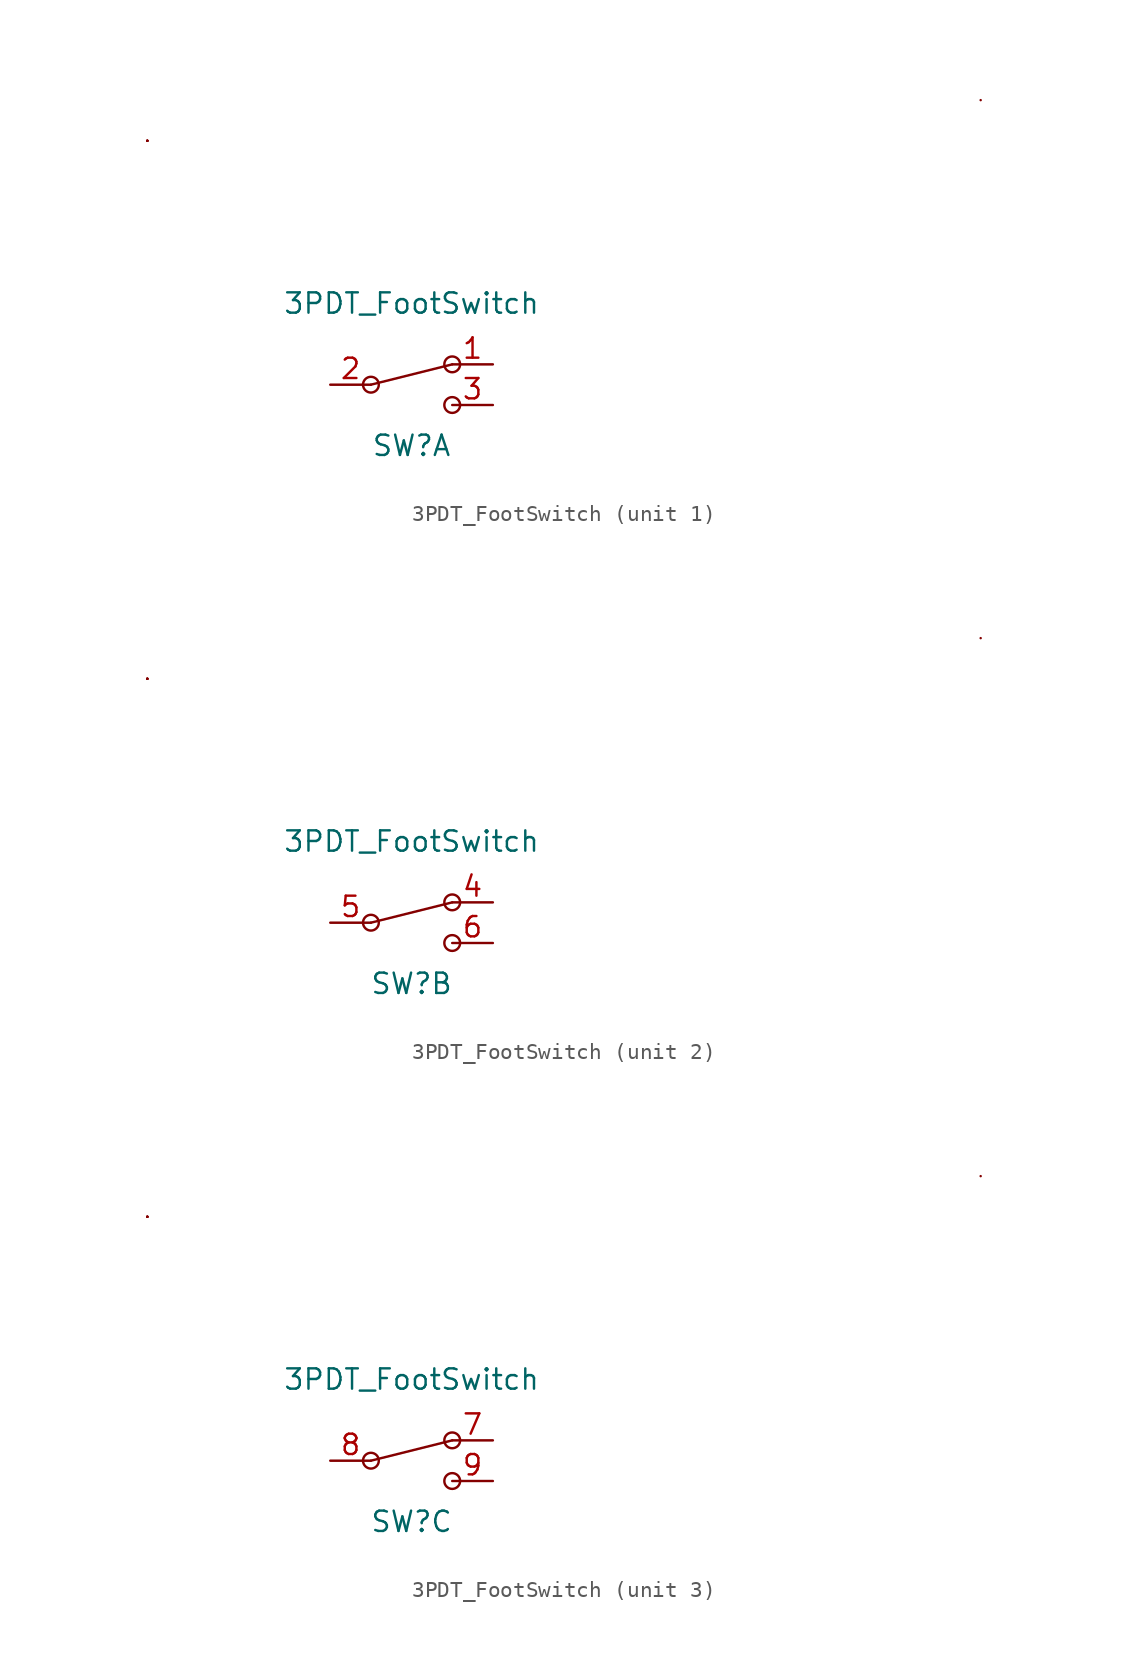
<source format=kicad_sym>
(kicad_symbol_lib
  (version 20211014)
  (generator kicad_symbol_editor)
  (symbol "3PDT_FootSwitch"
    (property "Reference" "SW"
      (at 0 -3.81 0)
      (effects (font (size 1.27 1.27))))
    (property "Value" "3PDT_FootSwitch"
      (at 0 5.08 0)
      (effects (font (size 1.27 1.27))))
    (symbol "3PDT_FootSwitch_0_1"
      (rectangle (start -16.51 15.24) (end -16.51 15.24) (stroke (width 0) (type default) (color 0 0 0 0)) (fill (type none)))
      (circle (center -2.54 0) (radius 0.493) (stroke (width 0) (type default) (color 0 0 0 0)) (fill (type none)))
      (polyline (pts (xy -16.51 15.24) (xy -16.51 15.24)) (stroke (width 0) (type default) (color 0 0 0 0)) (fill (type none)))
      (polyline (pts (xy -16.51 15.24) (xy -16.51 15.24)) (stroke (width 0) (type default) (color 0 0 0 0)) (fill (type none)))
      (polyline (pts (xy -16.51 15.24) (xy -16.51 15.24)) (stroke (width 0) (type default) (color 0 0 0 0)) (fill (type none)))
      (polyline (pts (xy -16.51 15.24) (xy -16.51 15.24)) (stroke (width 0) (type default) (color 0 0 0 0)) (fill (type none)))
      (polyline (pts (xy 2.54 1.27) (xy -2.54 0)) (stroke (width 0) (type default) (color 0 0 0 0)) (fill (type none)))
      (polyline (pts (xy 35.56 17.78) (xy 35.56 17.78)) (stroke (width 0) (type default) (color 0 0 0 0)) (fill (type none)))
      (circle (center 2.54 -1.27) (radius 0.493) (stroke (width 0) (type default) (color 0 0 0 0)) (fill (type none)))
      (circle (center 2.54 1.27) (radius 0.493) (stroke (width 0) (type default) (color 0 0 0 0)) (fill (type none))))
    (symbol "3PDT_FootSwitch_1_1"
      (pin bidirectional line (at 5.08 1.27 180) (length 2.54) (name "" (effects (font (size 1.27 1.27)))) (number "1" (effects (font (size 1.27 1.27)))))
      (pin bidirectional line (at -5.08 0 0) (length 2.54) (name "" (effects (font (size 1.27 1.27)))) (number "2" (effects (font (size 1.27 1.27)))))
      (pin bidirectional line (at 5.08 -1.27 180) (length 2.54) (name "" (effects (font (size 1.27 1.27)))) (number "3" (effects (font (size 1.27 1.27))))))
    (symbol "3PDT_FootSwitch_2_1"
      (pin bidirectional line (at 5.08 1.27 180) (length 2.54) (name "" (effects (font (size 1.27 1.27)))) (number "4" (effects (font (size 1.27 1.27)))))
      (pin bidirectional line (at -5.08 0 0) (length 2.54) (name "" (effects (font (size 1.27 1.27)))) (number "5" (effects (font (size 1.27 1.27)))))
      (pin bidirectional line (at 5.08 -1.27 180) (length 2.54) (name "" (effects (font (size 1.27 1.27)))) (number "6" (effects (font (size 1.27 1.27))))))
    (symbol "3PDT_FootSwitch_3_1"
      (pin bidirectional line (at 5.08 1.27 180) (length 2.54) (name "" (effects (font (size 1.27 1.27)))) (number "7" (effects (font (size 1.27 1.27)))))
      (pin bidirectional line (at -5.08 0 0) (length 2.54) (name "" (effects (font (size 1.27 1.27)))) (number "8" (effects (font (size 1.27 1.27)))))
      (pin bidirectional line (at 5.08 -1.27 180) (length 2.54) (name "" (effects (font (size 1.27 1.27)))) (number "9" (effects (font (size 1.27 1.27))))))))
</source>
